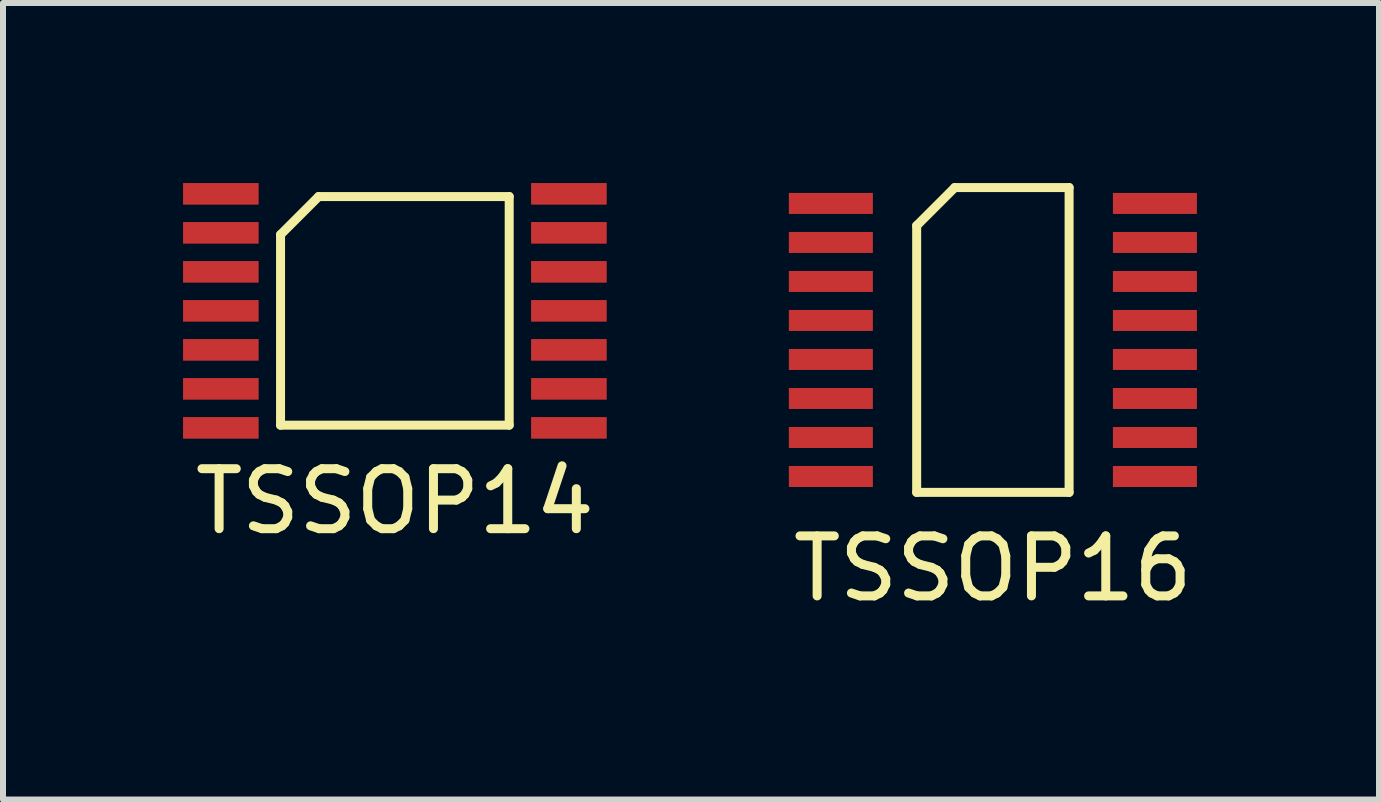
<source format=kicad_pcb>
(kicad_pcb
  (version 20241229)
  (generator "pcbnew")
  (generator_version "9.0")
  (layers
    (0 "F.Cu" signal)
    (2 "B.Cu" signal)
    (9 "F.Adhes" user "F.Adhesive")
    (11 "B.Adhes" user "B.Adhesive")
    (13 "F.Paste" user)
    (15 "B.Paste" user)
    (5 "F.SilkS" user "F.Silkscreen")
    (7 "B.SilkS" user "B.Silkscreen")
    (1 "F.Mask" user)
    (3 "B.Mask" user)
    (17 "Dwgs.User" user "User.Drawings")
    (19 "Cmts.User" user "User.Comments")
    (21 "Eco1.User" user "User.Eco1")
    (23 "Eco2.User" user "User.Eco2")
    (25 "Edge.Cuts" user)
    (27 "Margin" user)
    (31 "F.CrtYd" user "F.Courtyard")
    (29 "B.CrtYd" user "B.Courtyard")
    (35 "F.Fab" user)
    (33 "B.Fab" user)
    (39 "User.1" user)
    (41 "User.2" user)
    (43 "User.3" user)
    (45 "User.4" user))
  (footprint "TSSOP16"
    (layer "F.Cu")
    (at 13.495 2.615)
    (property "Reference" "TSSOP16" (at 0 3.81 0) (layer "F.SilkS") (effects (font (size 1 1) (thickness 0.15))))
    (attr through_hole)
    (fp_line (start -1.27 -1.905) (end -0.635 -2.54) (stroke (width 0.15) (type solid)) (layer "F.SilkS"))
    (fp_line (start -1.27 2.54) (end -1.27 -1.905) (stroke (width 0.15) (type solid)) (layer "F.SilkS"))
    (fp_line (start -0.635 -2.54) (end 1.27 -2.54) (stroke (width 0.15) (type solid)) (layer "F.SilkS"))
    (fp_line (start 1.27 -2.54) (end 1.27 2.54) (stroke (width 0.15) (type solid)) (layer "F.SilkS"))
    (fp_line (start 1.27 2.54) (end -1.27 2.54) (stroke (width 0.15) (type solid)) (layer "F.SilkS"))
    (pad "1" smd rect (at -2.7 -2.275) (size 1.4 0.35) (layers "F.Cu" "F.Mask" "F.Paste"))
    (pad "2" smd rect (at -2.7 -1.625) (size 1.4 0.35) (layers "F.Cu" "F.Mask" "F.Paste"))
    (pad "3" smd rect (at -2.7 -0.975) (size 1.4 0.35) (layers "F.Cu" "F.Mask" "F.Paste"))
    (pad "4" smd rect (at -2.7 -0.325) (size 1.4 0.35) (layers "F.Cu" "F.Mask" "F.Paste"))
    (pad "5" smd rect (at -2.7 0.325) (size 1.4 0.35) (layers "F.Cu" "F.Mask" "F.Paste"))
    (pad "6" smd rect (at -2.7 0.975) (size 1.4 0.35) (layers "F.Cu" "F.Mask" "F.Paste"))
    (pad "7" smd rect (at -2.7 1.625) (size 1.4 0.35) (layers "F.Cu" "F.Mask" "F.Paste"))
    (pad "8" smd rect (at -2.7 2.275) (size 1.4 0.35) (layers "F.Cu" "F.Mask" "F.Paste"))
    (pad "9" smd rect (at 2.7 2.275) (size 1.4 0.35) (layers "F.Cu" "F.Mask" "F.Paste"))
    (pad "10" smd rect (at 2.7 1.625) (size 1.4 0.35) (layers "F.Cu" "F.Mask" "F.Paste"))
    (pad "11" smd rect (at 2.7 0.975) (size 1.4 0.35) (layers "F.Cu" "F.Mask" "F.Paste"))
    (pad "12" smd rect (at 2.7 0.325) (size 1.4 0.35) (layers "F.Cu" "F.Mask" "F.Paste"))
    (pad "13" smd rect (at 2.7 -0.325) (size 1.4 0.35) (layers "F.Cu" "F.Mask" "F.Paste"))
    (pad "14" smd rect (at 2.7 -0.975) (size 1.4 0.35) (layers "F.Cu" "F.Mask" "F.Paste"))
    (pad "15" smd rect (at 2.7 -1.625) (size 1.4 0.35) (layers "F.Cu" "F.Mask" "F.Paste"))
    (pad "16" smd rect (at 2.7 -2.275) (size 1.4 0.35) (layers "F.Cu" "F.Mask" "F.Paste")))
  (footprint "TSSOP14"
    (layer "F.Cu")
    (at 3.53 2.13)
    (property "Reference" "TSSOP14" (at 0 3.175 0) (layer "F.SilkS") (effects (font (size 1 1) (thickness 0.15))))
    (attr through_hole)
    (fp_line (start -1.905 -1.27) (end -1.27 -1.905) (stroke (width 0.15) (type solid)) (layer "F.SilkS"))
    (fp_line (start -1.905 1.905) (end -1.905 -1.27) (stroke (width 0.15) (type solid)) (layer "F.SilkS"))
    (fp_line (start -1.27 -1.905) (end 1.905 -1.905) (stroke (width 0.15) (type solid)) (layer "F.SilkS"))
    (fp_line (start 1.905 -1.905) (end 1.905 1.905) (stroke (width 0.15) (type solid)) (layer "F.SilkS"))
    (fp_line (start 1.905 1.905) (end -1.905 1.905) (stroke (width 0.15) (type solid)) (layer "F.SilkS"))
    (pad "1" smd rect (at -2.9 -1.95) (size 1.26 0.36) (layers "F.Cu" "F.Mask" "F.Paste"))
    (pad "2" smd rect (at -2.9 -1.3) (size 1.26 0.36) (layers "F.Cu" "F.Mask" "F.Paste"))
    (pad "3" smd rect (at -2.9 -0.65) (size 1.26 0.36) (layers "F.Cu" "F.Mask" "F.Paste"))
    (pad "4" smd rect (at -2.9 0) (size 1.26 0.36) (layers "F.Cu" "F.Mask" "F.Paste"))
    (pad "5" smd rect (at -2.9 0.65) (size 1.26 0.36) (layers "F.Cu" "F.Mask" "F.Paste"))
    (pad "6" smd rect (at -2.9 1.3) (size 1.26 0.36) (layers "F.Cu" "F.Mask" "F.Paste"))
    (pad "7" smd rect (at -2.9 1.95) (size 1.26 0.36) (layers "F.Cu" "F.Mask" "F.Paste"))
    (pad "8" smd rect (at 2.9 1.95) (size 1.26 0.36) (layers "F.Cu" "F.Mask" "F.Paste"))
    (pad "9" smd rect (at 2.9 1.3) (size 1.26 0.36) (layers "F.Cu" "F.Mask" "F.Paste"))
    (pad "10" smd rect (at 2.9 0.65) (size 1.26 0.36) (layers "F.Cu" "F.Mask" "F.Paste"))
    (pad "11" smd rect (at 2.9 0) (size 1.26 0.36) (layers "F.Cu" "F.Mask" "F.Paste"))
    (pad "12" smd rect (at 2.9 -0.65) (size 1.26 0.36) (layers "F.Cu" "F.Mask" "F.Paste"))
    (pad "13" smd rect (at 2.9 -1.3) (size 1.26 0.36) (layers "F.Cu" "F.Mask" "F.Paste"))
    (pad "14" smd rect (at 2.9 -1.95) (size 1.26 0.36) (layers "F.Cu" "F.Mask" "F.Paste")))
  (gr_rect
    (start -3 -3)
    (end 19.929 10.273)
    (stroke (width 0.1) (type default))
    (fill no)
    (layer "Edge.Cuts")))
</source>
